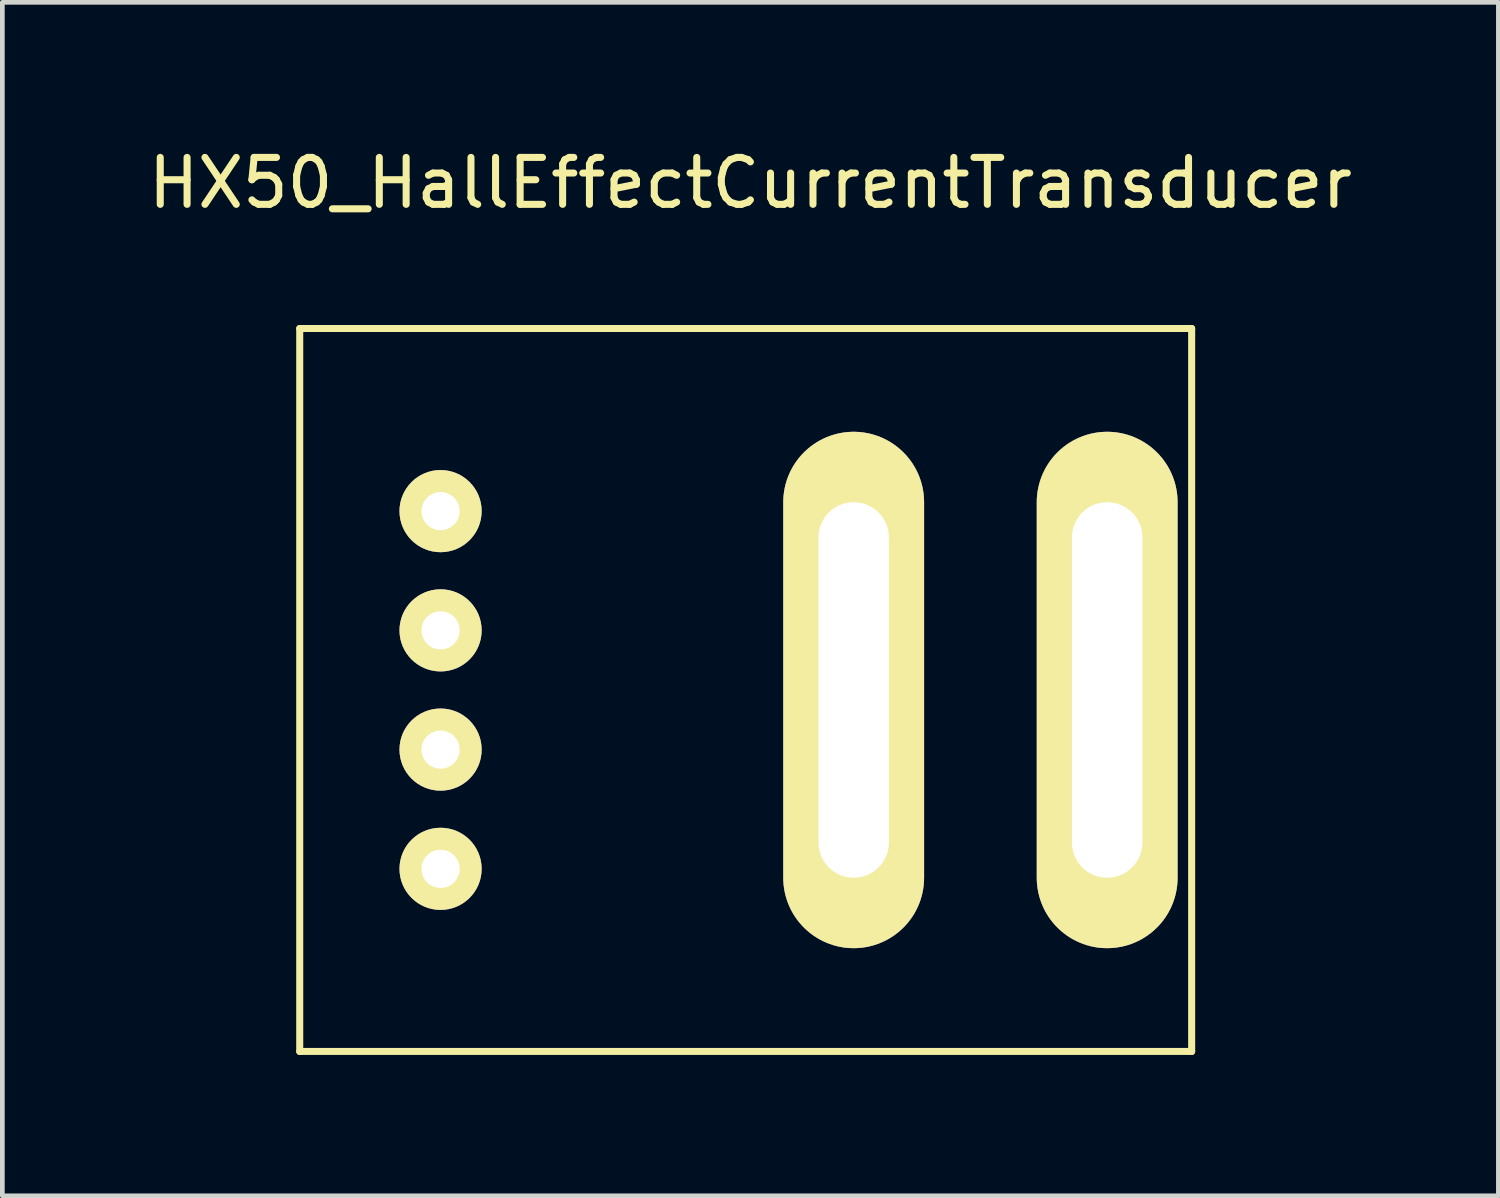
<source format=kicad_pcb>
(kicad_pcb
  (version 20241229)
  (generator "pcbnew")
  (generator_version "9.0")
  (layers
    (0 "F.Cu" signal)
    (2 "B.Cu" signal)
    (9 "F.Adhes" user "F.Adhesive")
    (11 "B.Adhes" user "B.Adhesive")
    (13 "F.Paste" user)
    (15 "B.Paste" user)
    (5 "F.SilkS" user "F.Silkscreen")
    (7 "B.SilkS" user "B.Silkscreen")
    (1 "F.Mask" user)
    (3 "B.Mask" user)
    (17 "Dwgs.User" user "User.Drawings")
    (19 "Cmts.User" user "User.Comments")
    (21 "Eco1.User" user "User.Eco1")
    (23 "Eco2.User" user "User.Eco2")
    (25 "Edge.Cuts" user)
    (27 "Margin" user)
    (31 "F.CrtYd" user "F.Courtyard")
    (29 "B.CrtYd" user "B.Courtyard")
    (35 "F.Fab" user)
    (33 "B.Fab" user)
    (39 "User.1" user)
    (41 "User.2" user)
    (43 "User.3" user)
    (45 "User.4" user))
  (footprint "HX50_HallEffectCurrentTransducer"
    (layer "F.Cu")
    (at 12.835 11.648)
    (property "Reference" "HX50_HallEffectCurrentTransducer" (at 0.1 -10.8 0) (layer "F.SilkS") (effects (font (size 1 1) (thickness 0.15))))
    (attr through_hole)
    (fp_line (start -9.5 -7.7) (end -9.5 7.7) (stroke (width 0.15) (type solid)) (layer "F.SilkS"))
    (fp_line (start -9.5 7.7) (end 9.5 7.7) (stroke (width 0.15) (type solid)) (layer "F.SilkS"))
    (fp_line (start 9.5 -7.7) (end -9.5 -7.7) (stroke (width 0.15) (type solid)) (layer "F.SilkS"))
    (fp_line (start 9.5 7.7) (end 9.5 -7.7) (stroke (width 0.15) (type solid)) (layer "F.SilkS"))
    (pad "1" thru_hole circle (at -6.5 -3.81) (size 1.75 1.75) (drill 0.813) (layers "*.Cu" "*.Mask" "F.SilkS"))
    (pad "2" thru_hole circle (at -6.5 -1.27) (size 1.75 1.75) (drill 0.813) (layers "*.Cu" "*.Mask" "F.SilkS"))
    (pad "3" thru_hole circle (at -6.5 1.27) (size 1.75 1.75) (drill 0.813) (layers "*.Cu" "*.Mask" "F.SilkS"))
    (pad "4" thru_hole circle (at -6.5 3.81) (size 1.75 1.75) (drill 0.813) (layers "*.Cu" "*.Mask" "F.SilkS"))
    (pad "5" thru_hole oval (at 7.7 0) (size 3 11) (drill oval 1.5 8) (layers "*.Cu" "*.Mask" "F.SilkS"))
    (pad "6" thru_hole oval (at 2.3 0) (size 3 11) (drill oval 1.5 8) (layers "*.Cu" "*.Mask" "F.SilkS")))
  (gr_rect
    (start -3 -3)
    (end 28.869 22.423)
    (stroke (width 0.1) (type default))
    (fill no)
    (layer "Edge.Cuts")))
</source>
